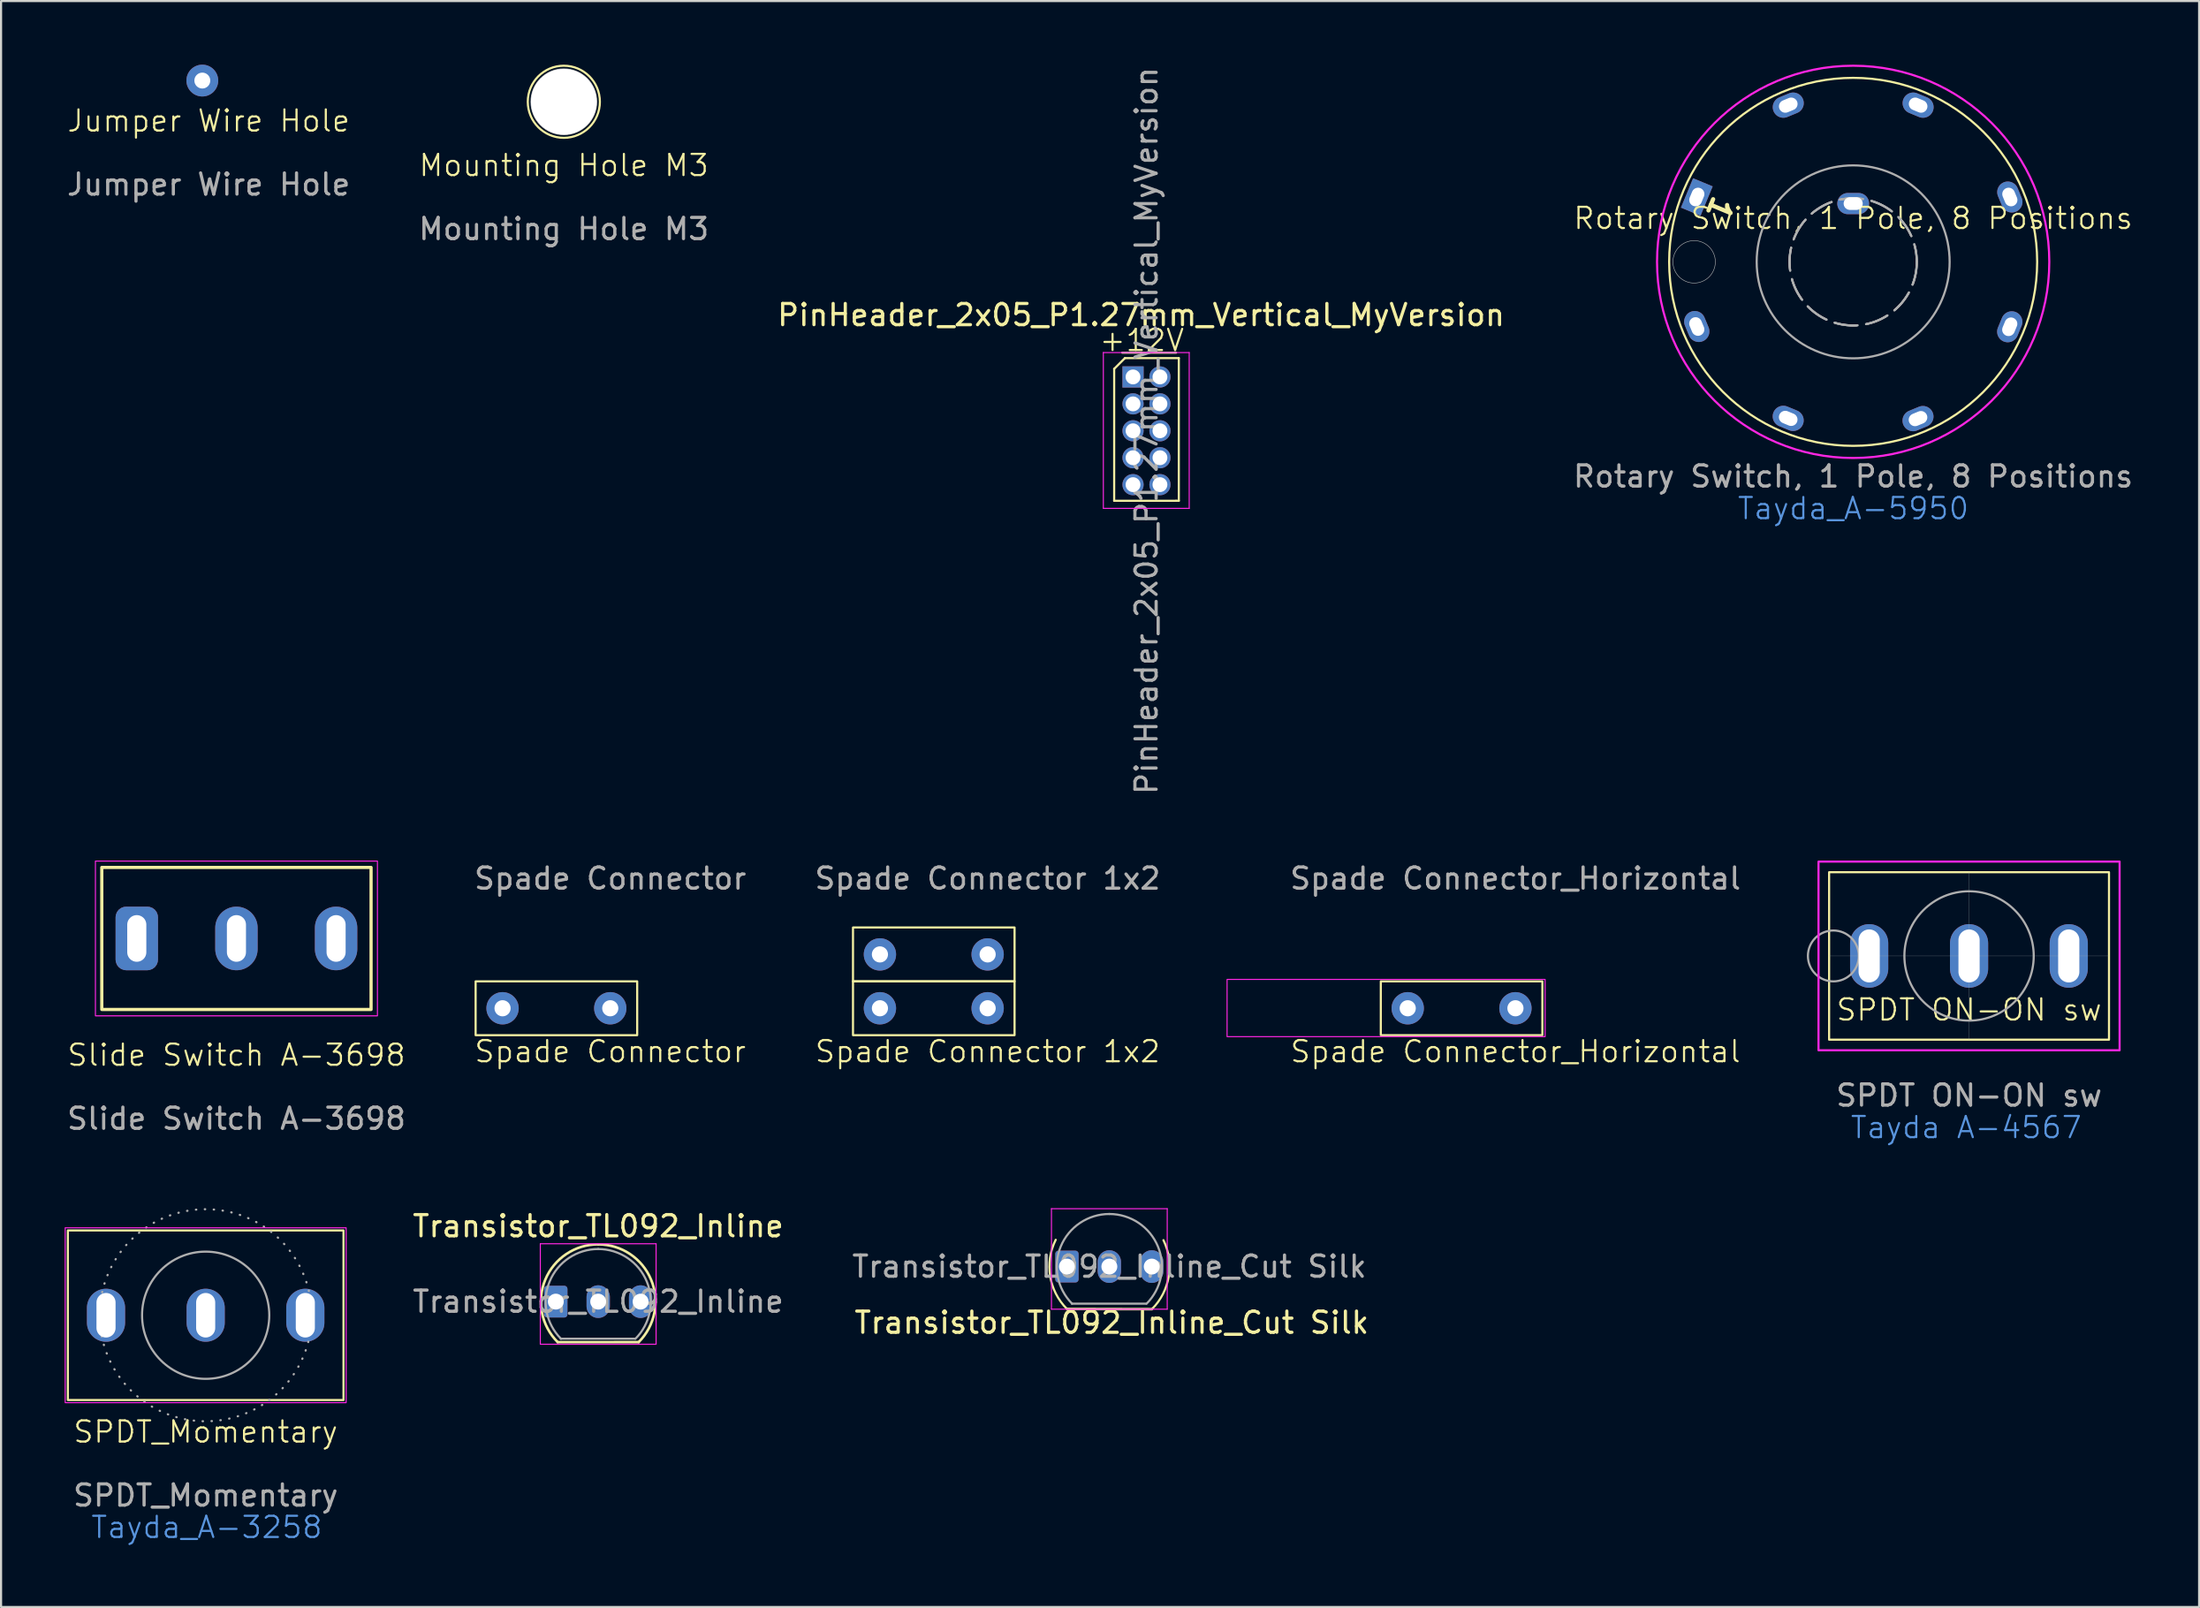
<source format=kicad_pcb>
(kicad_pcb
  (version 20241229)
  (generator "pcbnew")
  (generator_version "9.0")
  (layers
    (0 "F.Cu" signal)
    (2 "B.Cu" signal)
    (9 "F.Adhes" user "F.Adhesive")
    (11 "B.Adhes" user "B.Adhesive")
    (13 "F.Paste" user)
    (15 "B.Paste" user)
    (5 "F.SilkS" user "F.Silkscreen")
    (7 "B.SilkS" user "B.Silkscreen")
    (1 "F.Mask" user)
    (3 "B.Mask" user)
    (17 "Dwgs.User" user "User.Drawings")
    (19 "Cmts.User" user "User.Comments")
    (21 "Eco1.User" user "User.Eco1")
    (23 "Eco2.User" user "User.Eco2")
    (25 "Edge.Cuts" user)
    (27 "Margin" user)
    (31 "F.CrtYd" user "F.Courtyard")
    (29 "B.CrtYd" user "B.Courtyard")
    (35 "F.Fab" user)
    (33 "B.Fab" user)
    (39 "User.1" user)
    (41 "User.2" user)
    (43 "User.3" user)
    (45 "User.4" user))
  (footprint "SPDT_Momentary"
    (layer "F.Cu")
    (at 6.65 64.982)
    (property "Reference" "SPDT_Momentary" (at 0 -0.5 0) (unlocked yes) (layer "F.SilkS") (effects (font (size 1 1) (thickness 0.1))))
    (attr through_hole)
    (fp_rect (start -6.5 -10) (end 6.5 -2) (stroke (width 0.1) (type default)) (fill no) (layer "F.SilkS"))
    (fp_rect (start -6.625 -10.125) (end 6.625 -1.875) (stroke (width 0.05) (type default)) (fill no) (layer "F.CrtYd"))
    (fp_circle (center 0 -6) (end 3 -6) (stroke (width 0.1) (type default)) (fill no) (layer "F.Fab"))
    (fp_circle (center 0 -6) (end 5 -6) (stroke (width 0.1) (type dot)) (fill no) (layer "F.Fab"))
    (fp_text user "Tayda_A-3258" (at 0.05 4 0) (layer "Cmts.User") (effects (font (size 1 1) (thickness 0.1))))
    (fp_text user "${REFERENCE}" (at 0 2.5 0) (unlocked yes) (layer "F.Fab") (effects (font (size 1 1) (thickness 0.15))))
    (pad "1" thru_hole oval (at -4.7 -6) (size 1.8 2.5) (drill oval 0.9 2.1) (layers "*.Cu" "*.Mask"))
    (pad "2" thru_hole oval (at 0 -6) (size 1.8 2.5) (drill oval 0.9 2.1) (layers "*.Cu" "*.Mask"))
    (pad "3" thru_hole oval (at 4.7 -6) (size 1.8 2.5) (drill oval 0.9 2.1) (layers "*.Cu" "*.Mask")))
  (footprint "Mounting Hole M3"
    (layer "F.Cu")
    (at 23.542 5.25)
    (property "Reference" "Mounting Hole M3" (at 0 -0.5 0) (unlocked yes) (layer "F.SilkS") (effects (font (size 1 1) (thickness 0.1))))
    (attr through_hole)
    (fp_circle (center 0 -3.5) (end 1.7 -3.5) (stroke (width 0.1) (type default)) (fill no) (layer "F.SilkS"))
    (fp_circle (center 0 -3.5) (end 1.55 -3.5) (stroke (width 0.05) (type default)) (fill no) (layer "F.Fab"))
    (fp_text user "${REFERENCE}" (at 0 2.5 0) (unlocked yes) (layer "F.Fab") (effects (font (size 1 1) (thickness 0.15))))
    (pad "1" thru_hole circle (at 0 -3.5) (size 3.1 3.1) (drill 3.1) (layers "*.Cu" "*.Mask")))
  (footprint "Transistor_TL092_Inline"
    (layer "F.Cu")
    (at 23.893 58.34)
    (property "Reference" "Transistor_TL092_Inline" (at 1.27 -3.56 0) (layer "F.SilkS") (effects (font (size 1 1) (thickness 0.15))))
    (attr through_hole)
    (fp_line (start -0.641 1.911) (end 3.18 1.91) (stroke (width 0.12) (type solid)) (layer "F.SilkS"))
    (fp_arc (start -0.640631 1.910631) (mid -1.22636 -1.034026) (end 1.27 -2.70204) (stroke (width 0.12) (type solid)) (layer "F.SilkS"))
    (fp_arc (start 1.27 -2.70049) (mid 3.764927 -1.033433) (end 3.179535 1.909535) (stroke (width 0.12) (type solid)) (layer "F.SilkS"))
    (fp_line (start -1.46 -2.73) (end -1.46 2.01) (stroke (width 0.05) (type solid)) (layer "F.CrtYd"))
    (fp_line (start -1.46 -2.73) (end 4 -2.73) (stroke (width 0.05) (type solid)) (layer "F.CrtYd"))
    (fp_line (start 4 2.01) (end -1.46 2.01) (stroke (width 0.05) (type solid)) (layer "F.CrtYd"))
    (fp_line (start 4 2.01) (end 4 -2.73) (stroke (width 0.05) (type solid)) (layer "F.CrtYd"))
    (fp_line (start -0.5 1.75) (end 3 1.75) (stroke (width 0.1) (type solid)) (layer "F.Fab"))
    (fp_arc (start -0.483625 1.753625) (mid -1.021221 -0.949055) (end 1.27 -2.48) (stroke (width 0.1) (type solid)) (layer "F.Fab"))
    (fp_arc (start 1.27 -2.48) (mid 3.561221 -0.949055) (end 3.023625 1.753625) (stroke (width 0.1) (type solid)) (layer "F.Fab"))
    (fp_text user "${REFERENCE}" (at 1.27 0 0) (layer "F.Fab") (effects (font (size 1 1) (thickness 0.15))))
    (pad "1" thru_hole roundrect (at -0.73 0) (size 1.1 1.5) (drill 0.75) (layers "*.Cu" "*.Mask") (roundrect_rratio 0.136))
    (pad "2" thru_hole oval (at 1.27 0) (size 1.1 1.54) (drill 0.75) (layers "*.Cu" "*.Mask"))
    (pad "3" thru_hole oval (at 3.27 0) (size 1.1 1.54) (drill 0.75) (layers "*.Cu" "*.Mask")))
  (footprint "Jumper Wire Hole"
    (layer "F.Cu")
    (at 6.792 3.15)
    (property "Reference" "Jumper Wire Hole" (at 0 -0.5 0) (unlocked yes) (layer "F.SilkS") (effects (font (size 1 1) (thickness 0.1))))
    (attr through_hole)
    (fp_text user "${REFERENCE}" (at 0 2.5 0) (unlocked yes) (layer "F.Fab") (effects (font (size 1 1) (thickness 0.15))))
    (pad "1" thru_hole circle (at -0.3 -2.4) (size 1.5 1.5) (drill 0.75) (layers "*.Cu" "*.Mask")))
  (footprint "SPDT ON-ON sw"
    (layer "F.Cu")
    (at 89.817 42.036)
    (property "Reference" "SPDT ON-ON sw" (at 0 2.54 0) (unlocked yes) (layer "F.SilkS") (effects (font (size 1 1) (thickness 0.1))))
    (attr through_hole)
    (fp_rect (start -6.6 -3.95) (end 6.6 3.95) (stroke (width 0.1) (type default)) (fill no) (layer "F.SilkS"))
    (fp_rect (start -7.1 -4.45) (end 7.1 4.45) (stroke (width 0.1) (type default)) (fill no) (layer "F.CrtYd"))
    (fp_line (start 0 -3.95) (end 0 3.95) (stroke (width 0.01) (type default)) (layer "F.Fab"))
    (fp_line (start 6.6 0) (end -6.6 0) (stroke (width 0.01) (type default)) (layer "F.Fab"))
    (fp_circle (center -6.4 0) (end -5.2 0) (stroke (width 0.1) (type default)) (fill no) (layer "F.Fab"))
    (fp_circle (center 0 0) (end 3.05 0) (stroke (width 0.1) (type default)) (fill no) (layer "F.Fab"))
    (fp_text user "Tayda A-4567" (at -5.65 8.675 0) (unlocked yes) (layer "Cmts.User") (effects (font (size 1 1) (thickness 0.1)) (justify left bottom)))
    (fp_text user "${REFERENCE}" (at 0 6.58 0) (unlocked yes) (layer "F.Fab") (effects (font (size 1 1) (thickness 0.15))))
    (pad "1" thru_hole oval (at -4.711 -0.001) (size 1.8 3) (drill oval 1 2.5) (layers "*.Cu" "*.Mask"))
    (pad "2" thru_hole oval (at 0 0) (size 1.8 3) (drill oval 1 2.5) (layers "*.Cu" "*.Mask"))
    (pad "3" thru_hole oval (at 4.702 0.00006) (size 1.8 3) (drill oval 1 2.5) (layers "*.Cu" "*.Mask")))
  (footprint "Spade Connector"
    (layer "F.Cu")
    (at 25.732 47.044)
    (property "Reference" "Spade Connector" (at 0 -0.5 0) (unlocked yes) (layer "F.SilkS") (effects (font (size 1 1) (thickness 0.1))))
    (attr through_hole)
    (fp_rect (start -6.35 -3.81) (end 1.27 -1.27) (stroke (width 0.1) (type default)) (fill no) (layer "F.SilkS"))
    (fp_text user "${REFERENCE}" (at 0 -8.66 0) (unlocked yes) (layer "F.Fab") (effects (font (size 1 1) (thickness 0.15))))
    (pad "1" thru_hole circle (at -5.08 -2.54) (size 1.524 1.524) (drill 0.762) (layers "*.Cu" "*.Mask"))
    (pad "1" thru_hole circle (at 0 -2.54) (size 1.524 1.524) (drill 0.762) (layers "*.Cu" "*.Mask")))
  (footprint "PinHeader_2x05_P1.27mm_Vertical_MyVersion"
    (layer "F.Cu")
    (at 51.657 14.728)
    (property "Reference" "PinHeader_2x05_P1.27mm_Vertical_MyVersion" (at -0.889 -2.921 0) (layer "F.SilkS") (effects (font (size 1 1) (thickness 0.15))))
    (attr through_hole)
    (fp_line (start -2.159 -0.381) (end -2.159 5.842) (stroke (width 0.1) (type default)) (layer "F.SilkS"))
    (fp_line (start -2.159 5.842) (end 0.762 5.842) (stroke (width 0.1) (type default)) (layer "F.SilkS"))
    (fp_line (start -1.778 -1.143) (end 0.762 -1.143) (stroke (width 0.1) (type default)) (layer "F.SilkS"))
    (fp_line (start -1.651 -0.889) (end -2.159 -0.381) (stroke (width 0.1) (type default)) (layer "F.SilkS"))
    (fp_line (start 0.762 5.842) (end 0.889 5.842) (stroke (width 0.1) (type default)) (layer "F.SilkS"))
    (fp_line (start 0.889 -0.889) (end -1.651 -0.889) (stroke (width 0.1) (type default)) (layer "F.SilkS"))
    (fp_line (start 0.889 5.842) (end 0.889 -0.889) (stroke (width 0.1) (type default)) (layer "F.SilkS"))
    (fp_line (start -2.67 -1.15) (end 1.38 -1.15) (stroke (width 0.05) (type solid)) (layer "F.CrtYd"))
    (fp_line (start -2.67 6.2) (end -2.67 -1.15) (stroke (width 0.05) (type solid)) (layer "F.CrtYd"))
    (fp_line (start 1.38 -1.15) (end 1.38 6.2) (stroke (width 0.05) (type solid)) (layer "F.CrtYd"))
    (fp_line (start 1.38 6.2) (end -2.67 6.2) (stroke (width 0.05) (type solid)) (layer "F.CrtYd"))
    (fp_text user "+12V" (at -2.921 -1.143 0) (unlocked yes) (layer "F.SilkS") (effects (font (size 1 1) (thickness 0.1)) (justify left bottom)))
    (fp_text user "${REFERENCE}" (at -0.635 2.54 90) (layer "F.Fab") (effects (font (size 1 1) (thickness 0.15))))
    (pad "1" thru_hole rect (at -1.27 0) (size 1 1) (drill 0.7) (layers "*.Cu" "*.Mask"))
    (pad "2" thru_hole oval (at -1.27 1.27) (size 1 1) (drill 0.7) (layers "*.Cu" "*.Mask"))
    (pad "3" thru_hole oval (at -1.27 2.54) (size 1 1) (drill 0.7) (layers "*.Cu" "*.Mask"))
    (pad "4" thru_hole oval (at -1.27 3.81) (size 1 1) (drill 0.7) (layers "*.Cu" "*.Mask"))
    (pad "5" thru_hole oval (at -1.27 5.08) (size 1 1) (drill 0.7) (layers "*.Cu" "*.Mask"))
    (pad "6" thru_hole oval (at 0 5.08) (size 1 1) (drill 0.7) (layers "*.Cu" "*.Mask"))
    (pad "7" thru_hole oval (at 0 3.81) (size 1 1) (drill 0.7) (layers "*.Cu" "*.Mask"))
    (pad "8" thru_hole oval (at 0 2.54) (size 1 1) (drill 0.7) (layers "*.Cu" "*.Mask"))
    (pad "9" thru_hole oval (at 0 1.27) (size 1 1) (drill 0.7) (layers "*.Cu" "*.Mask"))
    (pad "10" thru_hole circle (at 0 0) (size 1 1) (drill 0.7) (layers "*.Cu" "*.Mask")))
  (footprint "Transistor_TL092_Inline_Cut Silk"
    (layer "F.Cu")
    (at 48 56.687)
    (property "Reference" "Transistor_TL092_Inline_Cut Silk" (at 1.38 2.643 0) (layer "F.SilkS") (effects (font (size 1 1) (thickness 0.15))))
    (attr through_hole)
    (fp_line (start -0.729 1.999) (end 3.278 2.008) (stroke (width 0.12) (type solid)) (layer "F.SilkS"))
    (fp_arc (start -0.729221 1.999221) (mid -1.520817 0.452887) (end -1.258836 -1.264418) (stroke (width 0.1) (type default)) (layer "F.SilkS"))
    (fp_arc (start 3.821403 -1.246933) (mid 4.071047 0.467582) (end 3.278046 2.008046) (stroke (width 0.1) (type default)) (layer "F.SilkS"))
    (fp_line (start -1.46 -2.73) (end -1.46 2.01) (stroke (width 0.05) (type solid)) (layer "F.CrtYd"))
    (fp_line (start -1.46 -2.73) (end 4 -2.73) (stroke (width 0.05) (type solid)) (layer "F.CrtYd"))
    (fp_line (start 4 2.01) (end -1.46 2.01) (stroke (width 0.05) (type solid)) (layer "F.CrtYd"))
    (fp_line (start 4 2.01) (end 4 -2.73) (stroke (width 0.05) (type solid)) (layer "F.CrtYd"))
    (fp_line (start -0.5 1.75) (end 3 1.75) (stroke (width 0.1) (type solid)) (layer "F.Fab"))
    (fp_arc (start -0.483625 1.753625) (mid -1.021221 -0.949055) (end 1.27 -2.48) (stroke (width 0.1) (type solid)) (layer "F.Fab"))
    (fp_arc (start 1.27 -2.48) (mid 3.561221 -0.949055) (end 3.023625 1.753625) (stroke (width 0.1) (type solid)) (layer "F.Fab"))
    (fp_text user "${REFERENCE}" (at 1.27 0 0) (layer "F.Fab") (effects (font (size 1 1) (thickness 0.15))))
    (pad "1" thru_hole roundrect (at -0.73 0) (size 1.1 1.5) (drill 0.75) (layers "*.Cu" "*.Mask") (roundrect_rratio 0.136))
    (pad "2" thru_hole oval (at 1.27 0) (size 1.1 1.54) (drill 0.75) (layers "*.Cu" "*.Mask"))
    (pad "3" thru_hole oval (at 3.27 0) (size 1.1 1.54) (drill 0.75) (layers "*.Cu" "*.Mask")))
  (footprint "Rotary Switch, 1 Pole, 8 Positions"
    (layer "F.Cu")
    (at 84.351 16.92)
    (property "Reference" "Rotary Switch, 1 Pole, 8 Positions" (at 0 -9.675 0) (unlocked yes) (layer "F.SilkS") (effects (font (size 1 1) (thickness 0.1))))
    (attr through_hole)
    (fp_circle (center 0 -7.62) (end 8.675 -7.4) (stroke (width 0.1) (type solid)) (fill no) (layer "F.SilkS"))
    (fp_circle (center 0 -7.62) (end 9.25 -7.62) (stroke (width 0.1) (type default)) (fill no) (layer "F.CrtYd"))
    (fp_circle (center -7.5 -7.62) (end -6.5 -7.62) (stroke (width 0.025) (type default)) (fill no) (layer "F.Fab"))
    (fp_circle (center 0 -7.62) (end 3 -7.62) (stroke (width 0.1) (type dash)) (fill no) (layer "F.Fab"))
    (fp_circle (center 0 -7.62) (end 4.55 -7.62) (stroke (width 0.1) (type solid)) (fill no) (layer "F.Fab"))
    (fp_text user "1" (at -6.604 -10.922 247.5) (unlocked yes) (layer "F.SilkS") (effects (font (size 1 1) (thickness 0.2) (bold yes)) (justify left bottom)))
    (fp_text user "Tayda_A-5950" (at -5.512 4.597 0) (unlocked yes) (layer "Cmts.User") (effects (font (size 1 1) (thickness 0.1)) (justify left bottom)))
    (fp_text user "${REFERENCE}" (at 0 2.5 0) (unlocked yes) (layer "F.Fab") (effects (font (size 1 1) (thickness 0.15))))
    (pad "1" thru_hole rect (at -7.374 -10.678 157.5) (size 1 1.5) (drill oval 0.6 0.9) (layers "*.Cu" "*.Mask"))
    (pad "2" thru_hole oval (at -3.061 -15.011 112.5) (size 1 1.5) (drill oval 0.6 0.9) (layers "*.Cu" "*.Mask"))
    (pad "3" thru_hole oval (at 3.063 -15.011 67.5) (size 1 1.5) (drill oval 0.6 0.9) (layers "*.Cu" "*.Mask"))
    (pad "4" thru_hole oval (at 7.389 -10.678 22.5) (size 1 1.5) (drill oval 0.6 0.9) (layers "*.Cu" "*.Mask"))
    (pad "5" thru_hole oval (at 7.385 -4.558 337.5) (size 1 1.5) (drill oval 0.6 0.9) (layers "*.Cu" "*.Mask"))
    (pad "6" thru_hole oval (at 3.058 -0.227 292.5) (size 1 1.5) (drill oval 0.6 0.9) (layers "*.Cu" "*.Mask"))
    (pad "7" thru_hole oval (at -3.064 -0.238 67.5) (size 1 1.5) (drill oval 0.6 0.9) (layers "*.Cu" "*.Mask"))
    (pad "8" thru_hole oval (at -7.376 -4.571 202.5) (size 1 1.5) (drill oval 0.6 0.9) (layers "*.Cu" "*.Mask"))
    (pad "9" thru_hole oval (at 0.001 -10.369 90) (size 1 1.5) (drill oval 0.6 0.9) (layers "*.Cu" "*.Mask")))
  (footprint "Spade Connector 1x2"
    (layer "F.Cu")
    (at 43.53 47.044)
    (property "Reference" "Spade Connector 1x2" (at 0 -0.5 0) (unlocked yes) (layer "F.SilkS") (effects (font (size 1 1) (thickness 0.1))))
    (attr through_hole)
    (fp_rect (start -6.35 -6.35) (end 1.27 -3.81) (stroke (width 0.1) (type default)) (fill no) (layer "F.SilkS"))
    (fp_rect (start -6.35 -3.81) (end 1.27 -1.27) (stroke (width 0.1) (type default)) (fill no) (layer "F.SilkS"))
    (fp_text user "${REFERENCE}" (at 0 -8.66 0) (unlocked yes) (layer "F.Fab") (effects (font (size 1 1) (thickness 0.15))))
    (pad "1" thru_hole circle (at -5.08 -2.54) (size 1.524 1.524) (drill 0.762) (layers "*.Cu" "*.Mask"))
    (pad "1" thru_hole circle (at 0 -2.54) (size 1.524 1.524) (drill 0.762) (layers "*.Cu" "*.Mask"))
    (pad "2" thru_hole circle (at -5.08 -5.08) (size 1.524 1.524) (drill 0.762) (layers "*.Cu" "*.Mask"))
    (pad "2" thru_hole circle (at 0 -5.08) (size 1.524 1.524) (drill 0.762) (layers "*.Cu" "*.Mask")))
  (footprint "Slide Switch A-3698"
    (layer "F.Cu")
    (at 8.101 47.211)
    (property "Reference" "Slide Switch A-3698" (at 0 -0.5 0) (unlocked yes) (layer "F.SilkS") (effects (font (size 1 1) (thickness 0.1))))
    (attr through_hole)
    (fp_rect (start -6.35 -2.65) (end 6.35 -9.35) (stroke (width 0.15) (type default)) (fill no) (layer "F.SilkS"))
    (fp_rect (start -6.65 -9.65) (end 6.65 -2.35) (stroke (width 0.05) (type default)) (fill no) (layer "F.CrtYd"))
    (fp_text user "${REFERENCE}" (at 0 2.5 0) (unlocked yes) (layer "F.Fab") (effects (font (size 1 1) (thickness 0.15))))
    (pad "1" thru_hole roundrect (at -4.7 -6) (size 2 3) (drill oval 0.9 2.2) (layers "*.Cu" "*.Mask") (roundrect_rratio 0.25))
    (pad "2" thru_hole oval (at 0 -6) (size 2 3) (drill oval 0.9 2.2) (layers "*.Cu" "*.Mask"))
    (pad "3" thru_hole oval (at 4.7 -6) (size 2 3) (drill oval 0.9 2.2) (layers "*.Cu" "*.Mask")))
  (footprint "Spade Connector_Horizontal"
    (layer "F.Cu")
    (at 68.423 47.044)
    (property "Reference" "Spade Connector_Horizontal" (at 0 -0.5 0) (unlocked yes) (layer "F.SilkS") (effects (font (size 1 1) (thickness 0.1))))
    (attr through_hole)
    (fp_rect (start -6.35 -3.81) (end 1.27 -1.27) (stroke (width 0.1) (type default)) (fill no) (layer "F.SilkS"))
    (fp_rect (start 1.4 -3.9) (end -13.6 -1.2) (stroke (width 0.05) (type default)) (fill no) (layer "F.CrtYd"))
    (fp_text user "${REFERENCE}" (at 0 -8.66 0) (unlocked yes) (layer "F.Fab") (effects (font (size 1 1) (thickness 0.15))))
    (pad "1" thru_hole circle (at -5.08 -2.54) (size 1.524 1.524) (drill 0.762) (layers "*.Cu" "*.Mask"))
    (pad "1" thru_hole circle (at 0 -2.54) (size 1.524 1.524) (drill 0.762) (layers "*.Cu" "*.Mask")))
  (gr_rect
    (start -3 -3)
    (end 100.667 72.742)
    (stroke (width 0.1) (type default))
    (fill no)
    (layer "Edge.Cuts")))
</source>
